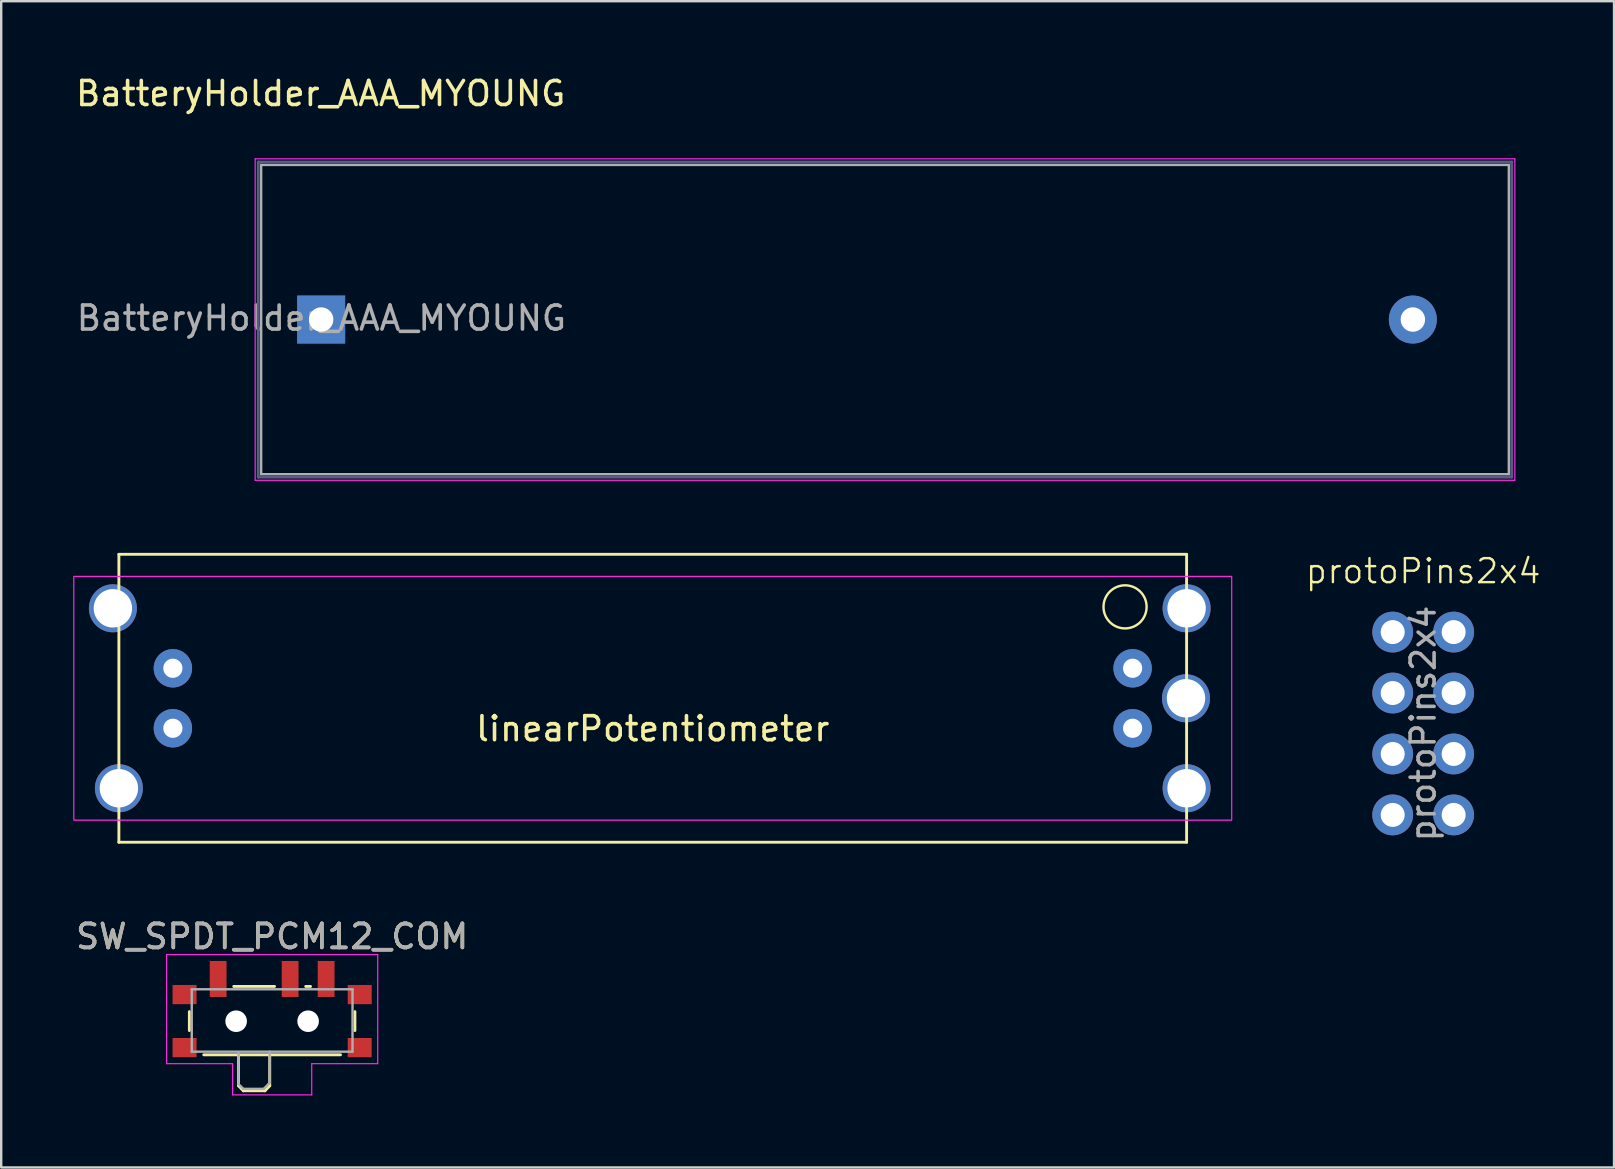
<source format=kicad_pcb>
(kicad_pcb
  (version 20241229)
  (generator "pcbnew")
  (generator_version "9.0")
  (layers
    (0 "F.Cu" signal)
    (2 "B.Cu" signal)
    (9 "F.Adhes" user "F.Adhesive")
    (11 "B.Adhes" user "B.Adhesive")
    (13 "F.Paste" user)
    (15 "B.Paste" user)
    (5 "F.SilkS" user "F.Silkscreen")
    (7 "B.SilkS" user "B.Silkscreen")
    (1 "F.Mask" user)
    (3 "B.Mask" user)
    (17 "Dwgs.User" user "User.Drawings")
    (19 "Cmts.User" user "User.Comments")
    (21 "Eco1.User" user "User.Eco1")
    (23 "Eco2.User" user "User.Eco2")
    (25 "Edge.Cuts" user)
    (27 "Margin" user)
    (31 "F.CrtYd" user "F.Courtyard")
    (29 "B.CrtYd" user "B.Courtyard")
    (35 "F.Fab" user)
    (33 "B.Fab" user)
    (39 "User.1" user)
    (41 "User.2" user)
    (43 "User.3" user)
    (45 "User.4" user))
  (footprint "linearPotentiometer"
    (layer "F.Cu")
    (at 24.155 26.053)
    (property "Reference" "linearPotentiometer" (at 0 1.27 0) (layer "F.SilkS") (effects (font (size 1 1) (thickness 0.15))))
    (attr through_hole)
    (fp_line (start -22.25 -6) (end 22.25 -6) (stroke (width 0.12) (type solid)) (layer "F.SilkS"))
    (fp_line (start -22.25 6) (end -22.25 -6) (stroke (width 0.12) (type solid)) (layer "F.SilkS"))
    (fp_line (start 22.25 -6) (end 22.25 6) (stroke (width 0.12) (type solid)) (layer "F.SilkS"))
    (fp_line (start 22.25 6) (end -22.25 6) (stroke (width 0.12) (type solid)) (layer "F.SilkS"))
    (fp_circle (center 19.685 -3.81) (end 20.32 -3.175) (stroke (width 0.1) (type default)) (fill no) (layer "F.SilkS"))
    (fp_rect (start -24.13 -5.08) (end 24.13 5.08) (stroke (width 0.05) (type default)) (fill no) (layer "F.CrtYd"))
    (pad "1" thru_hole circle (at 22.25 -3.75) (size 2 2) (drill 1.6) (layers "*.Cu" "*.Mask"))
    (pad "2" thru_hole circle (at 20 -1.25) (size 1.6 1.6) (drill 0.8) (layers "*.Cu" "*.Mask"))
    (pad "2.B" thru_hole circle (at 22.225 0) (size 2 2) (drill 1.6) (layers "*.Cu" "*.Mask"))
    (pad "3" thru_hole circle (at -20 -1.25) (size 1.6 1.6) (drill 0.8) (layers "*.Cu" "*.Mask"))
    (pad "3.B" thru_hole circle (at -22.5 -3.75) (size 2 2) (drill 1.6) (layers "*.Cu" "*.Mask"))
    (pad "L" thru_hole circle (at -20 1.25) (size 1.6 1.6) (drill 0.8) (layers "*.Cu" "*.Mask"))
    (pad "MP" thru_hole circle (at -22.25 3.75) (size 2 2) (drill 1.6) (layers "*.Cu" "*.Mask"))
    (pad "MP" thru_hole circle (at 20 1.25) (size 1.6 1.6) (drill 0.8) (layers "*.Cu" "*.Mask"))
    (pad "MP" thru_hole circle (at 22.25 3.75) (size 2 2) (drill 1.6) (layers "*.Cu" "*.Mask")))
  (footprint "SW_SPDT_PCM12_COM"
    (layer "F.Cu")
    (at 8.292 39.182)
    (property "Reference" "SW_SPDT_PCM12_COM" (at 0 -3.2 0) (layer "F.SilkS") (effects (font (size 1 1) (thickness 0.15))))
    (attr smd)
    (fp_line (start -3.45 -0.07) (end -3.45 0.72) (stroke (width 0.12) (type solid)) (layer "F.SilkS"))
    (fp_line (start -2.85 1.73) (end 2.85 1.73) (stroke (width 0.12) (type solid)) (layer "F.SilkS"))
    (fp_line (start -1.6 -1.12) (end 0.1 -1.12) (stroke (width 0.12) (type solid)) (layer "F.SilkS"))
    (fp_line (start -1.4 1.73) (end -1.4 3.02) (stroke (width 0.12) (type solid)) (layer "F.SilkS"))
    (fp_line (start -1.4 3.02) (end -1.2 3.23) (stroke (width 0.12) (type solid)) (layer "F.SilkS"))
    (fp_line (start -1.2 3.23) (end -0.3 3.23) (stroke (width 0.12) (type solid)) (layer "F.SilkS"))
    (fp_line (start -0.1 3.02) (end -0.3 3.23) (stroke (width 0.12) (type solid)) (layer "F.SilkS"))
    (fp_line (start -0.1 3.02) (end -0.1 1.73) (stroke (width 0.12) (type solid)) (layer "F.SilkS"))
    (fp_line (start 1.4 -1.12) (end 1.6 -1.12) (stroke (width 0.12) (type solid)) (layer "F.SilkS"))
    (fp_line (start 3.45 0.72) (end 3.45 -0.07) (stroke (width 0.12) (type solid)) (layer "F.SilkS"))
    (fp_line (start -4.4 -2.45) (end 4.4 -2.45) (stroke (width 0.05) (type solid)) (layer "F.CrtYd"))
    (fp_line (start -4.4 2.1) (end -4.4 -2.45) (stroke (width 0.05) (type solid)) (layer "F.CrtYd"))
    (fp_line (start -1.65 2.1) (end -4.4 2.1) (stroke (width 0.05) (type solid)) (layer "F.CrtYd"))
    (fp_line (start -1.65 3.4) (end -1.65 2.1) (stroke (width 0.05) (type solid)) (layer "F.CrtYd"))
    (fp_line (start 1.65 2.1) (end 1.65 3.4) (stroke (width 0.05) (type solid)) (layer "F.CrtYd"))
    (fp_line (start 1.65 3.4) (end -1.65 3.4) (stroke (width 0.05) (type solid)) (layer "F.CrtYd"))
    (fp_line (start 4.4 -2.45) (end 4.4 2.1) (stroke (width 0.05) (type solid)) (layer "F.CrtYd"))
    (fp_line (start 4.4 2.1) (end 1.65 2.1) (stroke (width 0.05) (type solid)) (layer "F.CrtYd"))
    (fp_line (start -3.35 -1) (end -3.35 1.6) (stroke (width 0.1) (type solid)) (layer "F.Fab"))
    (fp_line (start -3.35 1.6) (end 3.35 1.6) (stroke (width 0.1) (type solid)) (layer "F.Fab"))
    (fp_line (start -1.4 1.65) (end -1.4 2.95) (stroke (width 0.1) (type solid)) (layer "F.Fab"))
    (fp_line (start -1.4 2.95) (end -1.2 3.15) (stroke (width 0.1) (type solid)) (layer "F.Fab"))
    (fp_line (start -1.2 3.15) (end -0.35 3.15) (stroke (width 0.1) (type solid)) (layer "F.Fab"))
    (fp_line (start -0.35 3.15) (end -0.15 2.95) (stroke (width 0.1) (type solid)) (layer "F.Fab"))
    (fp_line (start -0.15 2.95) (end -0.1 2.9) (stroke (width 0.1) (type solid)) (layer "F.Fab"))
    (fp_line (start -0.1 2.9) (end -0.1 1.6) (stroke (width 0.1) (type solid)) (layer "F.Fab"))
    (fp_line (start 3.35 -1) (end -3.35 -1) (stroke (width 0.1) (type solid)) (layer "F.Fab"))
    (fp_line (start 3.35 1.6) (end 3.35 -1) (stroke (width 0.1) (type solid)) (layer "F.Fab"))
    (fp_text user "${REFERENCE}" (at 0 -3.2 0) (layer "F.Fab") (effects (font (size 1 1) (thickness 0.15))))
    (pad "" np_thru_hole circle (at -1.5 0.33) (size 0.9 0.9) (drill 0.9) (layers "*.Cu" "*.Mask"))
    (pad "" np_thru_hole circle (at 1.5 0.33) (size 0.9 0.9) (drill 0.9) (layers "*.Cu" "*.Mask"))
    (pad "1" smd rect (at -2.25 -1.43) (size 0.7 1.5) (layers "F.Cu" "F.Mask" "F.Paste"))
    (pad "2" smd rect (at 0.75 -1.43) (size 0.7 1.5) (layers "F.Cu" "F.Mask" "F.Paste"))
    (pad "3" smd rect (at 2.25 -1.43) (size 0.7 1.5) (layers "F.Cu" "F.Mask" "F.Paste"))
    (pad "MP" smd rect (at -3.65 -0.78) (size 1 0.8) (layers "F.Cu" "F.Mask" "F.Paste"))
    (pad "MP" smd rect (at -3.65 1.43) (size 1 0.8) (layers "F.Cu" "F.Mask" "F.Paste"))
    (pad "MP" smd rect (at 3.65 -0.78) (size 1 0.8) (layers "F.Cu" "F.Mask" "F.Paste"))
    (pad "MP" smd rect (at 3.65 1.43) (size 1 0.8) (layers "F.Cu" "F.Mask" "F.Paste")))
  (footprint "protoPins2x4"
    (layer "F.Cu")
    (at 56.265 27.104)
    (property "Reference" "protoPins2x4" (at 0 -6.35 0) (unlocked yes) (layer "F.SilkS") (effects (font (size 1 1) (thickness 0.1))))
    (attr through_hole)
    (fp_text user "${REFERENCE}" (at 0 0 90) (unlocked yes) (layer "F.Fab") (effects (font (size 1 1) (thickness 0.15))))
    (pad "1" thru_hole circle (at -1.27 -3.81) (size 1.7 1.7) (drill 1) (layers "*.Cu" "*.Mask"))
    (pad "2" thru_hole oval (at 1.27 -3.81) (size 1.7 1.7) (drill 1) (layers "*.Cu" "*.Mask"))
    (pad "3" thru_hole oval (at -1.27 -1.27) (size 1.7 1.7) (drill 1) (layers "*.Cu" "*.Mask"))
    (pad "4" thru_hole oval (at 1.27 -1.27) (size 1.7 1.7) (drill 1) (layers "*.Cu" "*.Mask"))
    (pad "5" thru_hole oval (at -1.27 1.27) (size 1.7 1.7) (drill 1) (layers "*.Cu" "*.Mask"))
    (pad "6" thru_hole oval (at 1.27 1.27) (size 1.7 1.7) (drill 1) (layers "*.Cu" "*.Mask"))
    (pad "7" thru_hole oval (at -1.27 3.81) (size 1.7 1.7) (drill 1) (layers "*.Cu" "*.Mask"))
    (pad "8" thru_hole oval (at 1.27 3.81) (size 1.7 1.7) (drill 1) (layers "*.Cu" "*.Mask")))
  (footprint "BatteryHolder_AAA_MYOUNG"
    (layer "F.Cu")
    (at 10.335 10.268)
    (property "Reference" "BatteryHolder_AAA_MYOUNG" (at -0.02 -9.42 0) (layer "F.SilkS") (effects (font (size 1 1) (thickness 0.15))))
    (attr through_hole)
    (fp_line (start -2.75 -6.7) (end 49.75 -6.7) (stroke (width 0.05) (type solid)) (layer "F.CrtYd"))
    (fp_line (start -2.75 6.7) (end -2.75 -6.7) (stroke (width 0.05) (type solid)) (layer "F.CrtYd"))
    (fp_line (start 49.75 -6.7) (end 49.75 6.7) (stroke (width 0.05) (type solid)) (layer "F.CrtYd"))
    (fp_line (start 49.75 6.7) (end -2.75 6.7) (stroke (width 0.05) (type solid)) (layer "F.CrtYd"))
    (fp_line (start -2.62 -6.565) (end 49.62 -6.565) (stroke (width 0.12) (type solid)) (layer "B.Fab"))
    (fp_line (start -2.62 6.565) (end -2.62 -6.565) (stroke (width 0.12) (type solid)) (layer "B.Fab"))
    (fp_line (start 49.62 -6.565) (end 49.62 6.565) (stroke (width 0.12) (type solid)) (layer "B.Fab"))
    (fp_line (start 49.62 6.565) (end -2.62 6.565) (stroke (width 0.12) (type solid)) (layer "B.Fab"))
    (fp_line (start -2.5 -6.445) (end -2.5 6.445) (stroke (width 0.1) (type solid)) (layer "F.Fab"))
    (fp_line (start -2.5 6.445) (end 49.5 6.445) (stroke (width 0.1) (type solid)) (layer "F.Fab"))
    (fp_line (start 49.5 -6.445) (end -2.5 -6.445) (stroke (width 0.1) (type solid)) (layer "F.Fab"))
    (fp_line (start 49.5 6.445) (end 49.5 -6.445) (stroke (width 0.1) (type solid)) (layer "F.Fab"))
    (fp_text user "${REFERENCE}" (at 0.01 -0.06 180) (layer "F.Fab") (effects (font (size 1 1) (thickness 0.15))))
    (pad "1" thru_hole rect (at 0 0 180) (size 2 2) (drill 1.02) (layers "*.Cu" "*.Mask"))
    (pad "2" thru_hole circle (at 45.5 0 180) (size 2 2) (drill 1.02) (layers "*.Cu" "*.Mask")))
  (gr_rect
    (start -3 -3)
    (end 64.22 45.607)
    (stroke (width 0.1) (type default))
    (fill no)
    (layer "Edge.Cuts")))
</source>
